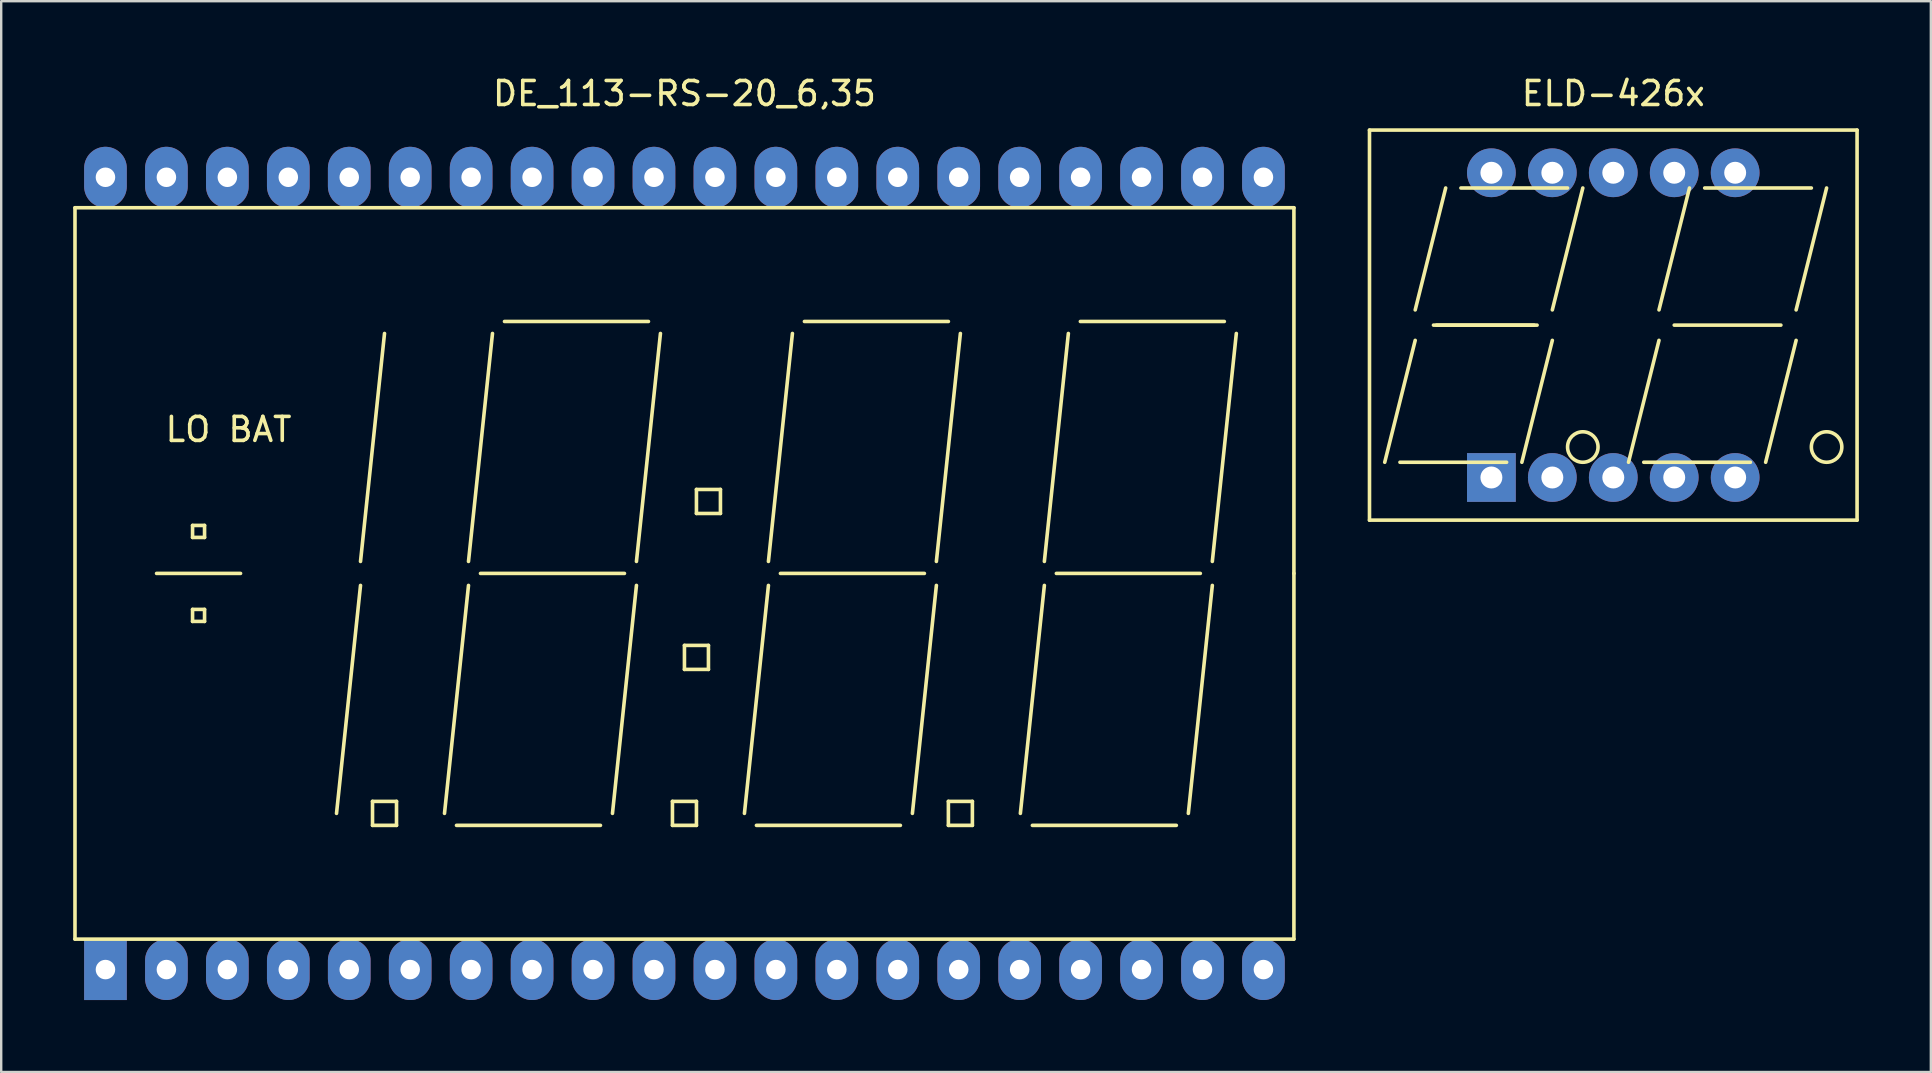
<source format=kicad_pcb>
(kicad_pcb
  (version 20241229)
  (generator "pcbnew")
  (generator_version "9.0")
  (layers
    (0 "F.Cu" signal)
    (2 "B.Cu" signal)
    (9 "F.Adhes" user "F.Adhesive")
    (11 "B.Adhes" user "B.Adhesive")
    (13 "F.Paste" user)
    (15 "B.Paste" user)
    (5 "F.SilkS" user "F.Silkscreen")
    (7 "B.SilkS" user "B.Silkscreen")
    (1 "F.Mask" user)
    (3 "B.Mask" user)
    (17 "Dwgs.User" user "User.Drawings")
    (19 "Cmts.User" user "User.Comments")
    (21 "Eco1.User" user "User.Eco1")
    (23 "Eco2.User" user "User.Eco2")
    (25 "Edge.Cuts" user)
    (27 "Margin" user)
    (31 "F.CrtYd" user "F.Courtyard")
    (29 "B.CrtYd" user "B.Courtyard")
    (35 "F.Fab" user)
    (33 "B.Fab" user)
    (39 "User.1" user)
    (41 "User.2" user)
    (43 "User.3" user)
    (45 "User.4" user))
  (footprint "DE_113-RS-20_6,35"
    (layer "F.Cu")
    (at 25.475 20.848)
    (property "Reference" "DE_113-RS-20_6,35" (at 0 -20 0) (layer "F.SilkS") (effects (font (size 1 1) (thickness 0.15))))
    (attr through_hole)
    (fp_line (start -25.4 -15.24) (end 25.4 -15.24) (stroke (width 0.15) (type solid)) (layer "F.SilkS"))
    (fp_line (start -25.4 15.24) (end -25.4 -15.24) (stroke (width 0.15) (type solid)) (layer "F.SilkS"))
    (fp_line (start -22 0) (end -18.5 0) (stroke (width 0.15) (type solid)) (layer "F.SilkS"))
    (fp_line (start -20.5 -2) (end -20.5 -1.5) (stroke (width 0.15) (type solid)) (layer "F.SilkS"))
    (fp_line (start -20.5 -1.5) (end -20 -1.5) (stroke (width 0.15) (type solid)) (layer "F.SilkS"))
    (fp_line (start -20.5 1.5) (end -20.5 2) (stroke (width 0.15) (type solid)) (layer "F.SilkS"))
    (fp_line (start -20.5 2) (end -20 2) (stroke (width 0.15) (type solid)) (layer "F.SilkS"))
    (fp_line (start -20 -2) (end -20.5 -2) (stroke (width 0.15) (type solid)) (layer "F.SilkS"))
    (fp_line (start -20 -1.5) (end -20 -2) (stroke (width 0.15) (type solid)) (layer "F.SilkS"))
    (fp_line (start -20 1.5) (end -20.5 1.5) (stroke (width 0.15) (type solid)) (layer "F.SilkS"))
    (fp_line (start -20 2) (end -20 1.5) (stroke (width 0.15) (type solid)) (layer "F.SilkS"))
    (fp_line (start -13.5 0.5) (end -14.5 10) (stroke (width 0.15) (type solid)) (layer "F.SilkS"))
    (fp_line (start -13 9.5) (end -12 9.5) (stroke (width 0.15) (type solid)) (layer "F.SilkS"))
    (fp_line (start -13 10.5) (end -13 9.5) (stroke (width 0.15) (type solid)) (layer "F.SilkS"))
    (fp_line (start -12.5 -10) (end -13.5 -0.5) (stroke (width 0.15) (type solid)) (layer "F.SilkS"))
    (fp_line (start -12 9.5) (end -12 10.5) (stroke (width 0.15) (type solid)) (layer "F.SilkS"))
    (fp_line (start -12 10.5) (end -13 10.5) (stroke (width 0.15) (type solid)) (layer "F.SilkS"))
    (fp_line (start -9.5 10.5) (end -3.5 10.5) (stroke (width 0.15) (type solid)) (layer "F.SilkS"))
    (fp_line (start -9 0.5) (end -10 10) (stroke (width 0.15) (type solid)) (layer "F.SilkS"))
    (fp_line (start -8.5 0) (end -2.5 0) (stroke (width 0.15) (type solid)) (layer "F.SilkS"))
    (fp_line (start -8 -10) (end -9 -0.5) (stroke (width 0.15) (type solid)) (layer "F.SilkS"))
    (fp_line (start -7.5 -10.5) (end -1.5 -10.5) (stroke (width 0.15) (type solid)) (layer "F.SilkS"))
    (fp_line (start -2 0.5) (end -3 10) (stroke (width 0.15) (type solid)) (layer "F.SilkS"))
    (fp_line (start -1 -10) (end -2 -0.5) (stroke (width 0.15) (type solid)) (layer "F.SilkS"))
    (fp_line (start -0.5 9.5) (end 0.5 9.5) (stroke (width 0.15) (type solid)) (layer "F.SilkS"))
    (fp_line (start -0.5 10.5) (end -0.5 9.5) (stroke (width 0.15) (type solid)) (layer "F.SilkS"))
    (fp_line (start 0 3) (end 1 3) (stroke (width 0.15) (type solid)) (layer "F.SilkS"))
    (fp_line (start 0 4) (end 0 3) (stroke (width 0.15) (type solid)) (layer "F.SilkS"))
    (fp_line (start 0.5 -3.5) (end 0.5 -2.5) (stroke (width 0.15) (type solid)) (layer "F.SilkS"))
    (fp_line (start 0.5 -2.5) (end 1.5 -2.5) (stroke (width 0.15) (type solid)) (layer "F.SilkS"))
    (fp_line (start 0.5 9.5) (end 0.5 10.5) (stroke (width 0.15) (type solid)) (layer "F.SilkS"))
    (fp_line (start 0.5 10.5) (end -0.5 10.5) (stroke (width 0.15) (type solid)) (layer "F.SilkS"))
    (fp_line (start 1 3) (end 1 4) (stroke (width 0.15) (type solid)) (layer "F.SilkS"))
    (fp_line (start 1 4) (end 0 4) (stroke (width 0.15) (type solid)) (layer "F.SilkS"))
    (fp_line (start 1.5 -3.5) (end 0.5 -3.5) (stroke (width 0.15) (type solid)) (layer "F.SilkS"))
    (fp_line (start 1.5 -2.5) (end 1.5 -3.5) (stroke (width 0.15) (type solid)) (layer "F.SilkS"))
    (fp_line (start 3 10.5) (end 9 10.5) (stroke (width 0.15) (type solid)) (layer "F.SilkS"))
    (fp_line (start 3.5 0.5) (end 2.5 10) (stroke (width 0.15) (type solid)) (layer "F.SilkS"))
    (fp_line (start 4 0) (end 10 0) (stroke (width 0.15) (type solid)) (layer "F.SilkS"))
    (fp_line (start 4.5 -10) (end 3.5 -0.5) (stroke (width 0.15) (type solid)) (layer "F.SilkS"))
    (fp_line (start 5 -10.5) (end 11 -10.5) (stroke (width 0.15) (type solid)) (layer "F.SilkS"))
    (fp_line (start 10.5 0.5) (end 9.5 10) (stroke (width 0.15) (type solid)) (layer "F.SilkS"))
    (fp_line (start 11 9.5) (end 12 9.5) (stroke (width 0.15) (type solid)) (layer "F.SilkS"))
    (fp_line (start 11 10.5) (end 11 9.5) (stroke (width 0.15) (type solid)) (layer "F.SilkS"))
    (fp_line (start 11.5 -10) (end 10.5 -0.5) (stroke (width 0.15) (type solid)) (layer "F.SilkS"))
    (fp_line (start 12 9.5) (end 12 10.5) (stroke (width 0.15) (type solid)) (layer "F.SilkS"))
    (fp_line (start 12 10.5) (end 11 10.5) (stroke (width 0.15) (type solid)) (layer "F.SilkS"))
    (fp_line (start 14.5 10.5) (end 20.5 10.5) (stroke (width 0.15) (type solid)) (layer "F.SilkS"))
    (fp_line (start 15 0.5) (end 14 10) (stroke (width 0.15) (type solid)) (layer "F.SilkS"))
    (fp_line (start 15.5 0) (end 21.5 0) (stroke (width 0.15) (type solid)) (layer "F.SilkS"))
    (fp_line (start 16 -10) (end 15 -0.5) (stroke (width 0.15) (type solid)) (layer "F.SilkS"))
    (fp_line (start 16.5 -10.5) (end 22.5 -10.5) (stroke (width 0.15) (type solid)) (layer "F.SilkS"))
    (fp_line (start 22 0.5) (end 21 10) (stroke (width 0.15) (type solid)) (layer "F.SilkS"))
    (fp_line (start 23 -10) (end 22 -0.5) (stroke (width 0.15) (type solid)) (layer "F.SilkS"))
    (fp_line (start 25.4 -15.24) (end 25.4 0) (stroke (width 0.15) (type solid)) (layer "F.SilkS"))
    (fp_line (start 25.4 0) (end 25.4 15.24) (stroke (width 0.15) (type solid)) (layer "F.SilkS"))
    (fp_line (start 25.4 15.24) (end -25.4 15.24) (stroke (width 0.15) (type solid)) (layer "F.SilkS"))
    (fp_text user "LO BAT" (at -19 -6 0) (layer "F.SilkS") (effects (font (size 1 1) (thickness 0.15))))
    (pad "1" thru_hole rect (at -24.13 16.51) (size 1.778 2.54) (drill 0.813) (layers "*.Cu" "*.Mask"))
    (pad "2" thru_hole oval (at -21.59 16.51) (size 1.778 2.54) (drill 0.813) (layers "*.Cu" "*.Mask"))
    (pad "3" thru_hole oval (at -19.05 16.51) (size 1.778 2.54) (drill 0.813) (layers "*.Cu" "*.Mask"))
    (pad "4" thru_hole oval (at -16.51 16.51) (size 1.778 2.54) (drill 0.813) (layers "*.Cu" "*.Mask"))
    (pad "5" thru_hole oval (at -13.97 16.51) (size 1.778 2.54) (drill 0.813) (layers "*.Cu" "*.Mask"))
    (pad "6" thru_hole oval (at -11.43 16.51) (size 1.778 2.54) (drill 0.813) (layers "*.Cu" "*.Mask"))
    (pad "7" thru_hole oval (at -8.89 16.51) (size 1.778 2.54) (drill 0.813) (layers "*.Cu" "*.Mask"))
    (pad "8" thru_hole oval (at -6.35 16.51) (size 1.778 2.54) (drill 0.813) (layers "*.Cu" "*.Mask"))
    (pad "9" thru_hole oval (at -3.81 16.51) (size 1.778 2.54) (drill 0.813) (layers "*.Cu" "*.Mask"))
    (pad "10" thru_hole oval (at -1.27 16.51) (size 1.778 2.54) (drill 0.813) (layers "*.Cu" "*.Mask"))
    (pad "11" thru_hole oval (at 1.27 16.51) (size 1.778 2.54) (drill 0.813) (layers "*.Cu" "*.Mask"))
    (pad "12" thru_hole oval (at 3.81 16.51) (size 1.778 2.54) (drill 0.813) (layers "*.Cu" "*.Mask"))
    (pad "13" thru_hole oval (at 6.35 16.51) (size 1.778 2.54) (drill 0.813) (layers "*.Cu" "*.Mask"))
    (pad "14" thru_hole oval (at 8.89 16.51) (size 1.778 2.54) (drill 0.813) (layers "*.Cu" "*.Mask"))
    (pad "15" thru_hole oval (at 11.43 16.51) (size 1.778 2.54) (drill 0.813) (layers "*.Cu" "*.Mask"))
    (pad "16" thru_hole oval (at 13.97 16.51) (size 1.778 2.54) (drill 0.813) (layers "*.Cu" "*.Mask"))
    (pad "17" thru_hole oval (at 16.51 16.51) (size 1.778 2.54) (drill 0.813) (layers "*.Cu" "*.Mask"))
    (pad "18" thru_hole oval (at 19.05 16.51) (size 1.778 2.54) (drill 0.813) (layers "*.Cu" "*.Mask"))
    (pad "19" thru_hole oval (at 21.59 16.51) (size 1.778 2.54) (drill 0.813) (layers "*.Cu" "*.Mask"))
    (pad "20" thru_hole oval (at 24.13 16.51) (size 1.778 2.54) (drill 0.813) (layers "*.Cu" "*.Mask"))
    (pad "21" thru_hole oval (at 24.13 -16.51) (size 1.778 2.54) (drill 0.813) (layers "*.Cu" "*.Mask"))
    (pad "22" thru_hole oval (at 21.59 -16.51) (size 1.778 2.54) (drill 0.813) (layers "*.Cu" "*.Mask"))
    (pad "23" thru_hole oval (at 19.05 -16.51) (size 1.778 2.54) (drill 0.813) (layers "*.Cu" "*.Mask"))
    (pad "24" thru_hole oval (at 16.51 -16.51) (size 1.778 2.54) (drill 0.813) (layers "*.Cu" "*.Mask"))
    (pad "25" thru_hole oval (at 13.97 -16.51) (size 1.778 2.54) (drill 0.813) (layers "*.Cu" "*.Mask"))
    (pad "26" thru_hole oval (at 11.43 -16.51) (size 1.778 2.54) (drill 0.813) (layers "*.Cu" "*.Mask"))
    (pad "27" thru_hole oval (at 8.89 -16.51) (size 1.778 2.54) (drill 0.813) (layers "*.Cu" "*.Mask"))
    (pad "28" thru_hole oval (at 6.35 -16.51) (size 1.778 2.54) (drill 0.813) (layers "*.Cu" "*.Mask"))
    (pad "29" thru_hole oval (at 3.81 -16.51) (size 1.778 2.54) (drill 0.813) (layers "*.Cu" "*.Mask"))
    (pad "30" thru_hole oval (at 1.27 -16.51) (size 1.778 2.54) (drill 0.813) (layers "*.Cu" "*.Mask"))
    (pad "31" thru_hole oval (at -1.27 -16.51) (size 1.778 2.54) (drill 0.813) (layers "*.Cu" "*.Mask"))
    (pad "32" thru_hole oval (at -3.81 -16.51) (size 1.778 2.54) (drill 0.813) (layers "*.Cu" "*.Mask"))
    (pad "33" thru_hole oval (at -6.35 -16.51) (size 1.778 2.54) (drill 0.813) (layers "*.Cu" "*.Mask"))
    (pad "34" thru_hole oval (at -8.89 -16.51) (size 1.778 2.54) (drill 0.813) (layers "*.Cu" "*.Mask"))
    (pad "35" thru_hole oval (at -11.43 -16.51) (size 1.778 2.54) (drill 0.813) (layers "*.Cu" "*.Mask"))
    (pad "36" thru_hole oval (at -13.97 -16.51) (size 1.778 2.54) (drill 0.813) (layers "*.Cu" "*.Mask"))
    (pad "37" thru_hole oval (at -16.51 -16.51) (size 1.778 2.54) (drill 0.813) (layers "*.Cu" "*.Mask"))
    (pad "38" thru_hole oval (at -19.05 -16.51) (size 1.778 2.54) (drill 0.813) (layers "*.Cu" "*.Mask"))
    (pad "39" thru_hole oval (at -21.59 -16.51) (size 1.778 2.54) (drill 0.813) (layers "*.Cu" "*.Mask"))
    (pad "40" thru_hole oval (at -24.13 -16.51) (size 1.778 2.54) (drill 0.813) (layers "*.Cu" "*.Mask")))
  (footprint "ELD-426x"
    (layer "F.Cu")
    (at 64.185 10.5)
    (property "Reference" "ELD-426x" (at 0 -9.652 0) (layer "F.SilkS") (effects (font (size 1 1) (thickness 0.15))))
    (attr through_hole)
    (fp_line (start -10.16 -8.128) (end 10.16 -8.128) (stroke (width 0.15) (type solid)) (layer "F.SilkS"))
    (fp_line (start -10.16 8.128) (end -10.16 -8.128) (stroke (width 0.15) (type solid)) (layer "F.SilkS"))
    (fp_line (start -10.16 8.128) (end 10.16 8.128) (stroke (width 0.15) (type solid)) (layer "F.SilkS"))
    (fp_line (start -8.89 5.715) (end -4.445 5.715) (stroke (width 0.15) (type solid)) (layer "F.SilkS"))
    (fp_line (start -8.255 -0.635) (end -6.985 -5.715) (stroke (width 0.15) (type solid)) (layer "F.SilkS"))
    (fp_line (start -8.255 0.635) (end -9.525 5.715) (stroke (width 0.15) (type solid)) (layer "F.SilkS"))
    (fp_line (start -7.493 0) (end -3.175 0) (stroke (width 0.15) (type solid)) (layer "F.SilkS"))
    (fp_line (start -7.366 0) (end -3.302 0) (stroke (width 0.15) (type solid)) (layer "F.SilkS"))
    (fp_line (start -6.35 -5.715) (end -1.905 -5.715) (stroke (width 0.15) (type solid)) (layer "F.SilkS"))
    (fp_line (start -2.54 -0.635) (end -1.27 -5.715) (stroke (width 0.15) (type solid)) (layer "F.SilkS"))
    (fp_line (start -2.54 0.635) (end -3.81 5.715) (stroke (width 0.15) (type solid)) (layer "F.SilkS"))
    (fp_line (start 0.635 5.715) (end 1.905 0.635) (stroke (width 0.15) (type solid)) (layer "F.SilkS"))
    (fp_line (start 1.27 5.715) (end 5.715 5.715) (stroke (width 0.15) (type solid)) (layer "F.SilkS"))
    (fp_line (start 1.905 -0.635) (end 3.175 -5.715) (stroke (width 0.15) (type solid)) (layer "F.SilkS"))
    (fp_line (start 2.54 0) (end 6.985 0) (stroke (width 0.15) (type solid)) (layer "F.SilkS"))
    (fp_line (start 3.81 -5.715) (end 8.255 -5.715) (stroke (width 0.15) (type solid)) (layer "F.SilkS"))
    (fp_line (start 7.62 -0.635) (end 8.89 -5.715) (stroke (width 0.15) (type solid)) (layer "F.SilkS"))
    (fp_line (start 7.62 0.635) (end 6.35 5.715) (stroke (width 0.15) (type solid)) (layer "F.SilkS"))
    (fp_line (start 10.16 -8.128) (end 10.16 8.128) (stroke (width 0.15) (type solid)) (layer "F.SilkS"))
    (fp_circle (center -1.27 5.08) (end -0.635 5.08) (stroke (width 0.15) (type solid)) (fill no) (layer "F.SilkS"))
    (fp_circle (center 8.89 5.08) (end 9.525 5.08) (stroke (width 0.15) (type solid)) (fill no) (layer "F.SilkS"))
    (pad "1" thru_hole rect (at -5.08 6.35) (size 2.032 2.032) (drill 0.914) (layers "*.Cu" "*.Mask"))
    (pad "2" thru_hole circle (at -2.54 6.35) (size 2.032 2.032) (drill 0.914) (layers "*.Cu" "*.Mask"))
    (pad "3" thru_hole circle (at 0 6.35) (size 2.032 2.032) (drill 0.914) (layers "*.Cu" "*.Mask"))
    (pad "4" thru_hole circle (at 2.54 6.35) (size 2.032 2.032) (drill 0.914) (layers "*.Cu" "*.Mask"))
    (pad "5" thru_hole circle (at 5.08 6.35) (size 2.032 2.032) (drill 0.914) (layers "*.Cu" "*.Mask"))
    (pad "6" thru_hole circle (at 5.08 -6.35) (size 2.032 2.032) (drill 0.914) (layers "*.Cu" "*.Mask"))
    (pad "7" thru_hole circle (at 2.54 -6.35) (size 2.032 2.032) (drill 0.914) (layers "*.Cu" "*.Mask"))
    (pad "8" thru_hole circle (at 0 -6.35) (size 2.032 2.032) (drill 0.914) (layers "*.Cu" "*.Mask"))
    (pad "9" thru_hole circle (at -2.54 -6.35) (size 2.032 2.032) (drill 0.914) (layers "*.Cu" "*.Mask"))
    (pad "10" thru_hole circle (at -5.08 -6.35) (size 2.032 2.032) (drill 0.914) (layers "*.Cu" "*.Mask")))
  (gr_rect
    (start -3 -3)
    (end 77.42 41.628)
    (stroke (width 0.1) (type default))
    (fill no)
    (layer "Edge.Cuts")))
</source>
